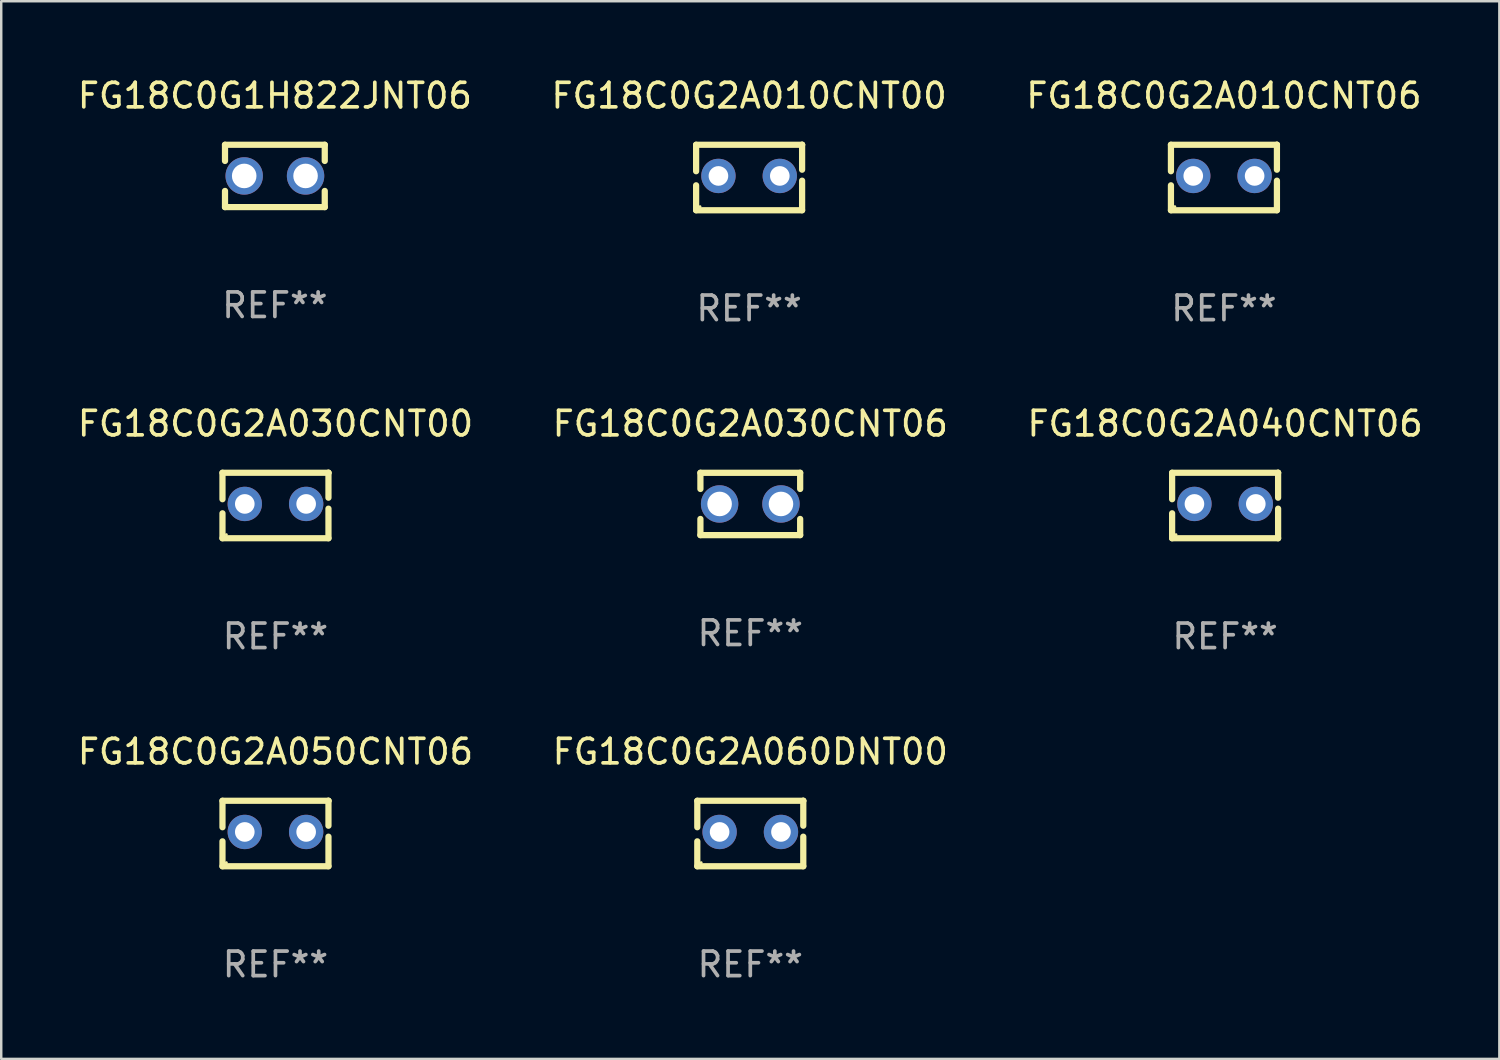
<source format=kicad_pcb>
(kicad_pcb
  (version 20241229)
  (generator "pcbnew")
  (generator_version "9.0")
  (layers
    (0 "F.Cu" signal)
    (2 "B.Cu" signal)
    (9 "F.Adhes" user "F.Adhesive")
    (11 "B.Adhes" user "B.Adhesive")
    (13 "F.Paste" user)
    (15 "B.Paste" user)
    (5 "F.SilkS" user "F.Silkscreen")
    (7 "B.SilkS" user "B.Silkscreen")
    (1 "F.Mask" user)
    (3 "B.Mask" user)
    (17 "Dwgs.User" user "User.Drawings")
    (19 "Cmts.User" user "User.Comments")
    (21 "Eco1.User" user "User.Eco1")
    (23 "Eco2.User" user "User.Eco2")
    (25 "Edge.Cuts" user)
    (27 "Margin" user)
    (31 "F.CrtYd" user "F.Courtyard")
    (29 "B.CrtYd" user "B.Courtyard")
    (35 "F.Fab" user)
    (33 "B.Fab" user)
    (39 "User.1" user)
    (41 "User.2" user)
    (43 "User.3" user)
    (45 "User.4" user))
  (footprint "FG18C0G1H822JNT06"
    (layer "F.Cu")
    (at 8.149 4.118)
    (property "Reference" "FG18C0G1H822JNT06" (at 0 -3.27 0) (layer "F.SilkS") (effects (font (size 1 1) (thickness 0.15))))
    (attr through_hole)
    (fp_line (start -2.032 -1.27) (end -2.032 -0.611) (stroke (width 0.254) (type solid)) (layer "F.SilkS"))
    (fp_line (start -2.032 0.611) (end -2.032 1.27) (stroke (width 0.254) (type solid)) (layer "F.SilkS"))
    (fp_line (start -2.032 1.27) (end 2.032 1.27) (stroke (width 0.254) (type solid)) (layer "F.SilkS"))
    (fp_line (start 2.032 -1.27) (end -2.032 -1.27) (stroke (width 0.254) (type solid)) (layer "F.SilkS"))
    (fp_line (start 2.032 -0.611) (end 2.032 -1.27) (stroke (width 0.254) (type solid)) (layer "F.SilkS"))
    (fp_line (start 2.032 1.27) (end 2.032 0.611) (stroke (width 0.254) (type solid)) (layer "F.SilkS"))
    (fp_circle (center -2 1.25) (end -1.97 1.25) (stroke (width 0.06) (type solid)) (fill no) (layer "F.SilkS"))
    (fp_text user "REF**" (at 0 5.27 0) (layer "F.Fab") (effects (font (size 1 1) (thickness 0.15))))
    (pad "1" thru_hole circle (at -1.25 0) (size 1.524 1.524) (drill 1) (layers "*.Cu" "*.Mask"))
    (pad "2" thru_hole circle (at 1.25 0) (size 1.524 1.524) (drill 1) (layers "*.Cu" "*.Mask")))
  (footprint "FG18C0G2A060DNT00"
    (layer "F.Cu")
    (at 27.518 30.909)
    (property "Reference" "FG18C0G2A060DNT00" (at 0 -3.334 0) (layer "F.SilkS") (effects (font (size 1 1) (thickness 0.15))))
    (attr through_hole)
    (fp_line (start -2.159 -1.334) (end 2.159 -1.334) (stroke (width 0.254) (type solid)) (layer "F.SilkS"))
    (fp_line (start -2.159 -0.256) (end -2.159 -1.334) (stroke (width 0.254) (type solid)) (layer "F.SilkS"))
    (fp_line (start -2.159 1.334) (end -2.159 0.318) (stroke (width 0.254) (type solid)) (layer "F.SilkS"))
    (fp_line (start 2.159 -1.334) (end 2.159 -1.334) (stroke (width 0.254) (type solid)) (layer "F.SilkS"))
    (fp_line (start 2.159 -1.334) (end 2.159 -0.318) (stroke (width 0.254) (type solid)) (layer "F.SilkS"))
    (fp_line (start 2.159 0.129) (end 2.159 1.334) (stroke (width 0.254) (type solid)) (layer "F.SilkS"))
    (fp_line (start 2.159 1.334) (end -2.159 1.334) (stroke (width 0.254) (type solid)) (layer "F.SilkS"))
    (fp_circle (center -2 1.186) (end -1.97 1.186) (stroke (width 0.06) (type solid)) (fill no) (layer "F.SilkS"))
    (fp_text user "REF**" (at 0 5.334 0) (layer "F.Fab") (effects (font (size 1 1) (thickness 0.15))))
    (pad "1" thru_hole circle (at -1.25 -0.064) (size 1.4 1.4) (drill 0.8) (layers "*.Cu" "*.Mask"))
    (pad "2" thru_hole circle (at 1.25 -0.064) (size 1.4 1.4) (drill 0.8) (layers "*.Cu" "*.Mask")))
  (footprint "FG18C0G2A040CNT06"
    (layer "F.Cu")
    (at 46.863 17.545)
    (property "Reference" "FG18C0G2A040CNT06" (at 0 -3.334 0) (layer "F.SilkS") (effects (font (size 1 1) (thickness 0.15))))
    (attr through_hole)
    (fp_line (start -2.159 -1.334) (end 2.159 -1.334) (stroke (width 0.254) (type solid)) (layer "F.SilkS"))
    (fp_line (start -2.159 -0.256) (end -2.159 -1.334) (stroke (width 0.254) (type solid)) (layer "F.SilkS"))
    (fp_line (start -2.159 1.334) (end -2.159 0.318) (stroke (width 0.254) (type solid)) (layer "F.SilkS"))
    (fp_line (start 2.159 -1.334) (end 2.159 -1.334) (stroke (width 0.254) (type solid)) (layer "F.SilkS"))
    (fp_line (start 2.159 -1.334) (end 2.159 -0.318) (stroke (width 0.254) (type solid)) (layer "F.SilkS"))
    (fp_line (start 2.159 0.129) (end 2.159 1.334) (stroke (width 0.254) (type solid)) (layer "F.SilkS"))
    (fp_line (start 2.159 1.334) (end -2.159 1.334) (stroke (width 0.254) (type solid)) (layer "F.SilkS"))
    (fp_circle (center -2 1.186) (end -1.97 1.186) (stroke (width 0.06) (type solid)) (fill no) (layer "F.SilkS"))
    (fp_text user "REF**" (at 0 5.334 0) (layer "F.Fab") (effects (font (size 1 1) (thickness 0.15))))
    (pad "1" thru_hole circle (at -1.25 -0.064) (size 1.4 1.4) (drill 0.8) (layers "*.Cu" "*.Mask"))
    (pad "2" thru_hole circle (at 1.25 -0.064) (size 1.4 1.4) (drill 0.8) (layers "*.Cu" "*.Mask")))
  (footprint "FG18C0G2A010CNT06"
    (layer "F.Cu")
    (at 46.815 4.182)
    (property "Reference" "FG18C0G2A010CNT06" (at 0 -3.334 0) (layer "F.SilkS") (effects (font (size 1 1) (thickness 0.15))))
    (attr through_hole)
    (fp_line (start -2.159 -1.334) (end 2.159 -1.334) (stroke (width 0.254) (type solid)) (layer "F.SilkS"))
    (fp_line (start -2.159 -0.256) (end -2.159 -1.334) (stroke (width 0.254) (type solid)) (layer "F.SilkS"))
    (fp_line (start -2.159 1.334) (end -2.159 0.318) (stroke (width 0.254) (type solid)) (layer "F.SilkS"))
    (fp_line (start 2.159 -1.334) (end 2.159 -1.334) (stroke (width 0.254) (type solid)) (layer "F.SilkS"))
    (fp_line (start 2.159 -1.334) (end 2.159 -0.318) (stroke (width 0.254) (type solid)) (layer "F.SilkS"))
    (fp_line (start 2.159 0.129) (end 2.159 1.334) (stroke (width 0.254) (type solid)) (layer "F.SilkS"))
    (fp_line (start 2.159 1.334) (end -2.159 1.334) (stroke (width 0.254) (type solid)) (layer "F.SilkS"))
    (fp_circle (center -2 1.186) (end -1.97 1.186) (stroke (width 0.06) (type solid)) (fill no) (layer "F.SilkS"))
    (fp_text user "REF**" (at 0 5.334 0) (layer "F.Fab") (effects (font (size 1 1) (thickness 0.15))))
    (pad "1" thru_hole circle (at -1.25 -0.064) (size 1.4 1.4) (drill 0.8) (layers "*.Cu" "*.Mask"))
    (pad "2" thru_hole circle (at 1.25 -0.064) (size 1.4 1.4) (drill 0.8) (layers "*.Cu" "*.Mask")))
  (footprint "FG18C0G2A010CNT00"
    (layer "F.Cu")
    (at 27.47 4.182)
    (property "Reference" "FG18C0G2A010CNT00" (at 0 -3.334 0) (layer "F.SilkS") (effects (font (size 1 1) (thickness 0.15))))
    (attr through_hole)
    (fp_line (start -2.159 -1.334) (end 2.159 -1.334) (stroke (width 0.254) (type solid)) (layer "F.SilkS"))
    (fp_line (start -2.159 -0.256) (end -2.159 -1.334) (stroke (width 0.254) (type solid)) (layer "F.SilkS"))
    (fp_line (start -2.159 1.334) (end -2.159 0.318) (stroke (width 0.254) (type solid)) (layer "F.SilkS"))
    (fp_line (start 2.159 -1.334) (end 2.159 -1.334) (stroke (width 0.254) (type solid)) (layer "F.SilkS"))
    (fp_line (start 2.159 -1.334) (end 2.159 -0.318) (stroke (width 0.254) (type solid)) (layer "F.SilkS"))
    (fp_line (start 2.159 0.129) (end 2.159 1.334) (stroke (width 0.254) (type solid)) (layer "F.SilkS"))
    (fp_line (start 2.159 1.334) (end -2.159 1.334) (stroke (width 0.254) (type solid)) (layer "F.SilkS"))
    (fp_circle (center -2 1.186) (end -1.97 1.186) (stroke (width 0.06) (type solid)) (fill no) (layer "F.SilkS"))
    (fp_text user "REF**" (at 0 5.334 0) (layer "F.Fab") (effects (font (size 1 1) (thickness 0.15))))
    (pad "1" thru_hole circle (at -1.25 -0.064) (size 1.4 1.4) (drill 0.8) (layers "*.Cu" "*.Mask"))
    (pad "2" thru_hole circle (at 1.25 -0.064) (size 1.4 1.4) (drill 0.8) (layers "*.Cu" "*.Mask")))
  (footprint "FG18C0G2A030CNT00"
    (layer "F.Cu")
    (at 8.173 17.545)
    (property "Reference" "FG18C0G2A030CNT00" (at 0 -3.334 0) (layer "F.SilkS") (effects (font (size 1 1) (thickness 0.15))))
    (attr through_hole)
    (fp_line (start -2.159 -1.334) (end 2.159 -1.334) (stroke (width 0.254) (type solid)) (layer "F.SilkS"))
    (fp_line (start -2.159 -0.256) (end -2.159 -1.334) (stroke (width 0.254) (type solid)) (layer "F.SilkS"))
    (fp_line (start -2.159 1.334) (end -2.159 0.318) (stroke (width 0.254) (type solid)) (layer "F.SilkS"))
    (fp_line (start 2.159 -1.334) (end 2.159 -1.334) (stroke (width 0.254) (type solid)) (layer "F.SilkS"))
    (fp_line (start 2.159 -1.334) (end 2.159 -0.318) (stroke (width 0.254) (type solid)) (layer "F.SilkS"))
    (fp_line (start 2.159 0.129) (end 2.159 1.334) (stroke (width 0.254) (type solid)) (layer "F.SilkS"))
    (fp_line (start 2.159 1.334) (end -2.159 1.334) (stroke (width 0.254) (type solid)) (layer "F.SilkS"))
    (fp_circle (center -2 1.186) (end -1.97 1.186) (stroke (width 0.06) (type solid)) (fill no) (layer "F.SilkS"))
    (fp_text user "REF**" (at 0 5.334 0) (layer "F.Fab") (effects (font (size 1 1) (thickness 0.15))))
    (pad "1" thru_hole circle (at -1.25 -0.064) (size 1.4 1.4) (drill 0.8) (layers "*.Cu" "*.Mask"))
    (pad "2" thru_hole circle (at 1.25 -0.064) (size 1.4 1.4) (drill 0.8) (layers "*.Cu" "*.Mask")))
  (footprint "FG18C0G2A030CNT06"
    (layer "F.Cu")
    (at 27.518 17.482)
    (property "Reference" "FG18C0G2A030CNT06" (at 0 -3.27 0) (layer "F.SilkS") (effects (font (size 1 1) (thickness 0.15))))
    (attr through_hole)
    (fp_line (start -2.032 -1.27) (end -2.032 -0.611) (stroke (width 0.254) (type solid)) (layer "F.SilkS"))
    (fp_line (start -2.032 0.611) (end -2.032 1.27) (stroke (width 0.254) (type solid)) (layer "F.SilkS"))
    (fp_line (start -2.032 1.27) (end 2.032 1.27) (stroke (width 0.254) (type solid)) (layer "F.SilkS"))
    (fp_line (start 2.032 -1.27) (end -2.032 -1.27) (stroke (width 0.254) (type solid)) (layer "F.SilkS"))
    (fp_line (start 2.032 -0.611) (end 2.032 -1.27) (stroke (width 0.254) (type solid)) (layer "F.SilkS"))
    (fp_line (start 2.032 1.27) (end 2.032 0.611) (stroke (width 0.254) (type solid)) (layer "F.SilkS"))
    (fp_circle (center -2 1.25) (end -1.97 1.25) (stroke (width 0.06) (type solid)) (fill no) (layer "F.SilkS"))
    (fp_text user "REF**" (at 0 5.27 0) (layer "F.Fab") (effects (font (size 1 1) (thickness 0.15))))
    (pad "1" thru_hole circle (at -1.25 0) (size 1.524 1.524) (drill 1) (layers "*.Cu" "*.Mask"))
    (pad "2" thru_hole circle (at 1.25 0) (size 1.524 1.524) (drill 1) (layers "*.Cu" "*.Mask")))
  (footprint "FG18C0G2A050CNT06"
    (layer "F.Cu")
    (at 8.173 30.909)
    (property "Reference" "FG18C0G2A050CNT06" (at 0 -3.334 0) (layer "F.SilkS") (effects (font (size 1 1) (thickness 0.15))))
    (attr through_hole)
    (fp_line (start -2.159 -1.334) (end 2.159 -1.334) (stroke (width 0.254) (type solid)) (layer "F.SilkS"))
    (fp_line (start -2.159 -0.256) (end -2.159 -1.334) (stroke (width 0.254) (type solid)) (layer "F.SilkS"))
    (fp_line (start -2.159 1.334) (end -2.159 0.318) (stroke (width 0.254) (type solid)) (layer "F.SilkS"))
    (fp_line (start 2.159 -1.334) (end 2.159 -1.334) (stroke (width 0.254) (type solid)) (layer "F.SilkS"))
    (fp_line (start 2.159 -1.334) (end 2.159 -0.318) (stroke (width 0.254) (type solid)) (layer "F.SilkS"))
    (fp_line (start 2.159 0.129) (end 2.159 1.334) (stroke (width 0.254) (type solid)) (layer "F.SilkS"))
    (fp_line (start 2.159 1.334) (end -2.159 1.334) (stroke (width 0.254) (type solid)) (layer "F.SilkS"))
    (fp_circle (center -2 1.186) (end -1.97 1.186) (stroke (width 0.06) (type solid)) (fill no) (layer "F.SilkS"))
    (fp_text user "REF**" (at 0 5.334 0) (layer "F.Fab") (effects (font (size 1 1) (thickness 0.15))))
    (pad "1" thru_hole circle (at -1.25 -0.064) (size 1.4 1.4) (drill 0.8) (layers "*.Cu" "*.Mask"))
    (pad "2" thru_hole circle (at 1.25 -0.064) (size 1.4 1.4) (drill 0.8) (layers "*.Cu" "*.Mask")))
  (gr_rect
    (start -3 -3)
    (end 58.036 40.091)
    (stroke (width 0.1) (type default))
    (fill no)
    (layer "Edge.Cuts")))
</source>
